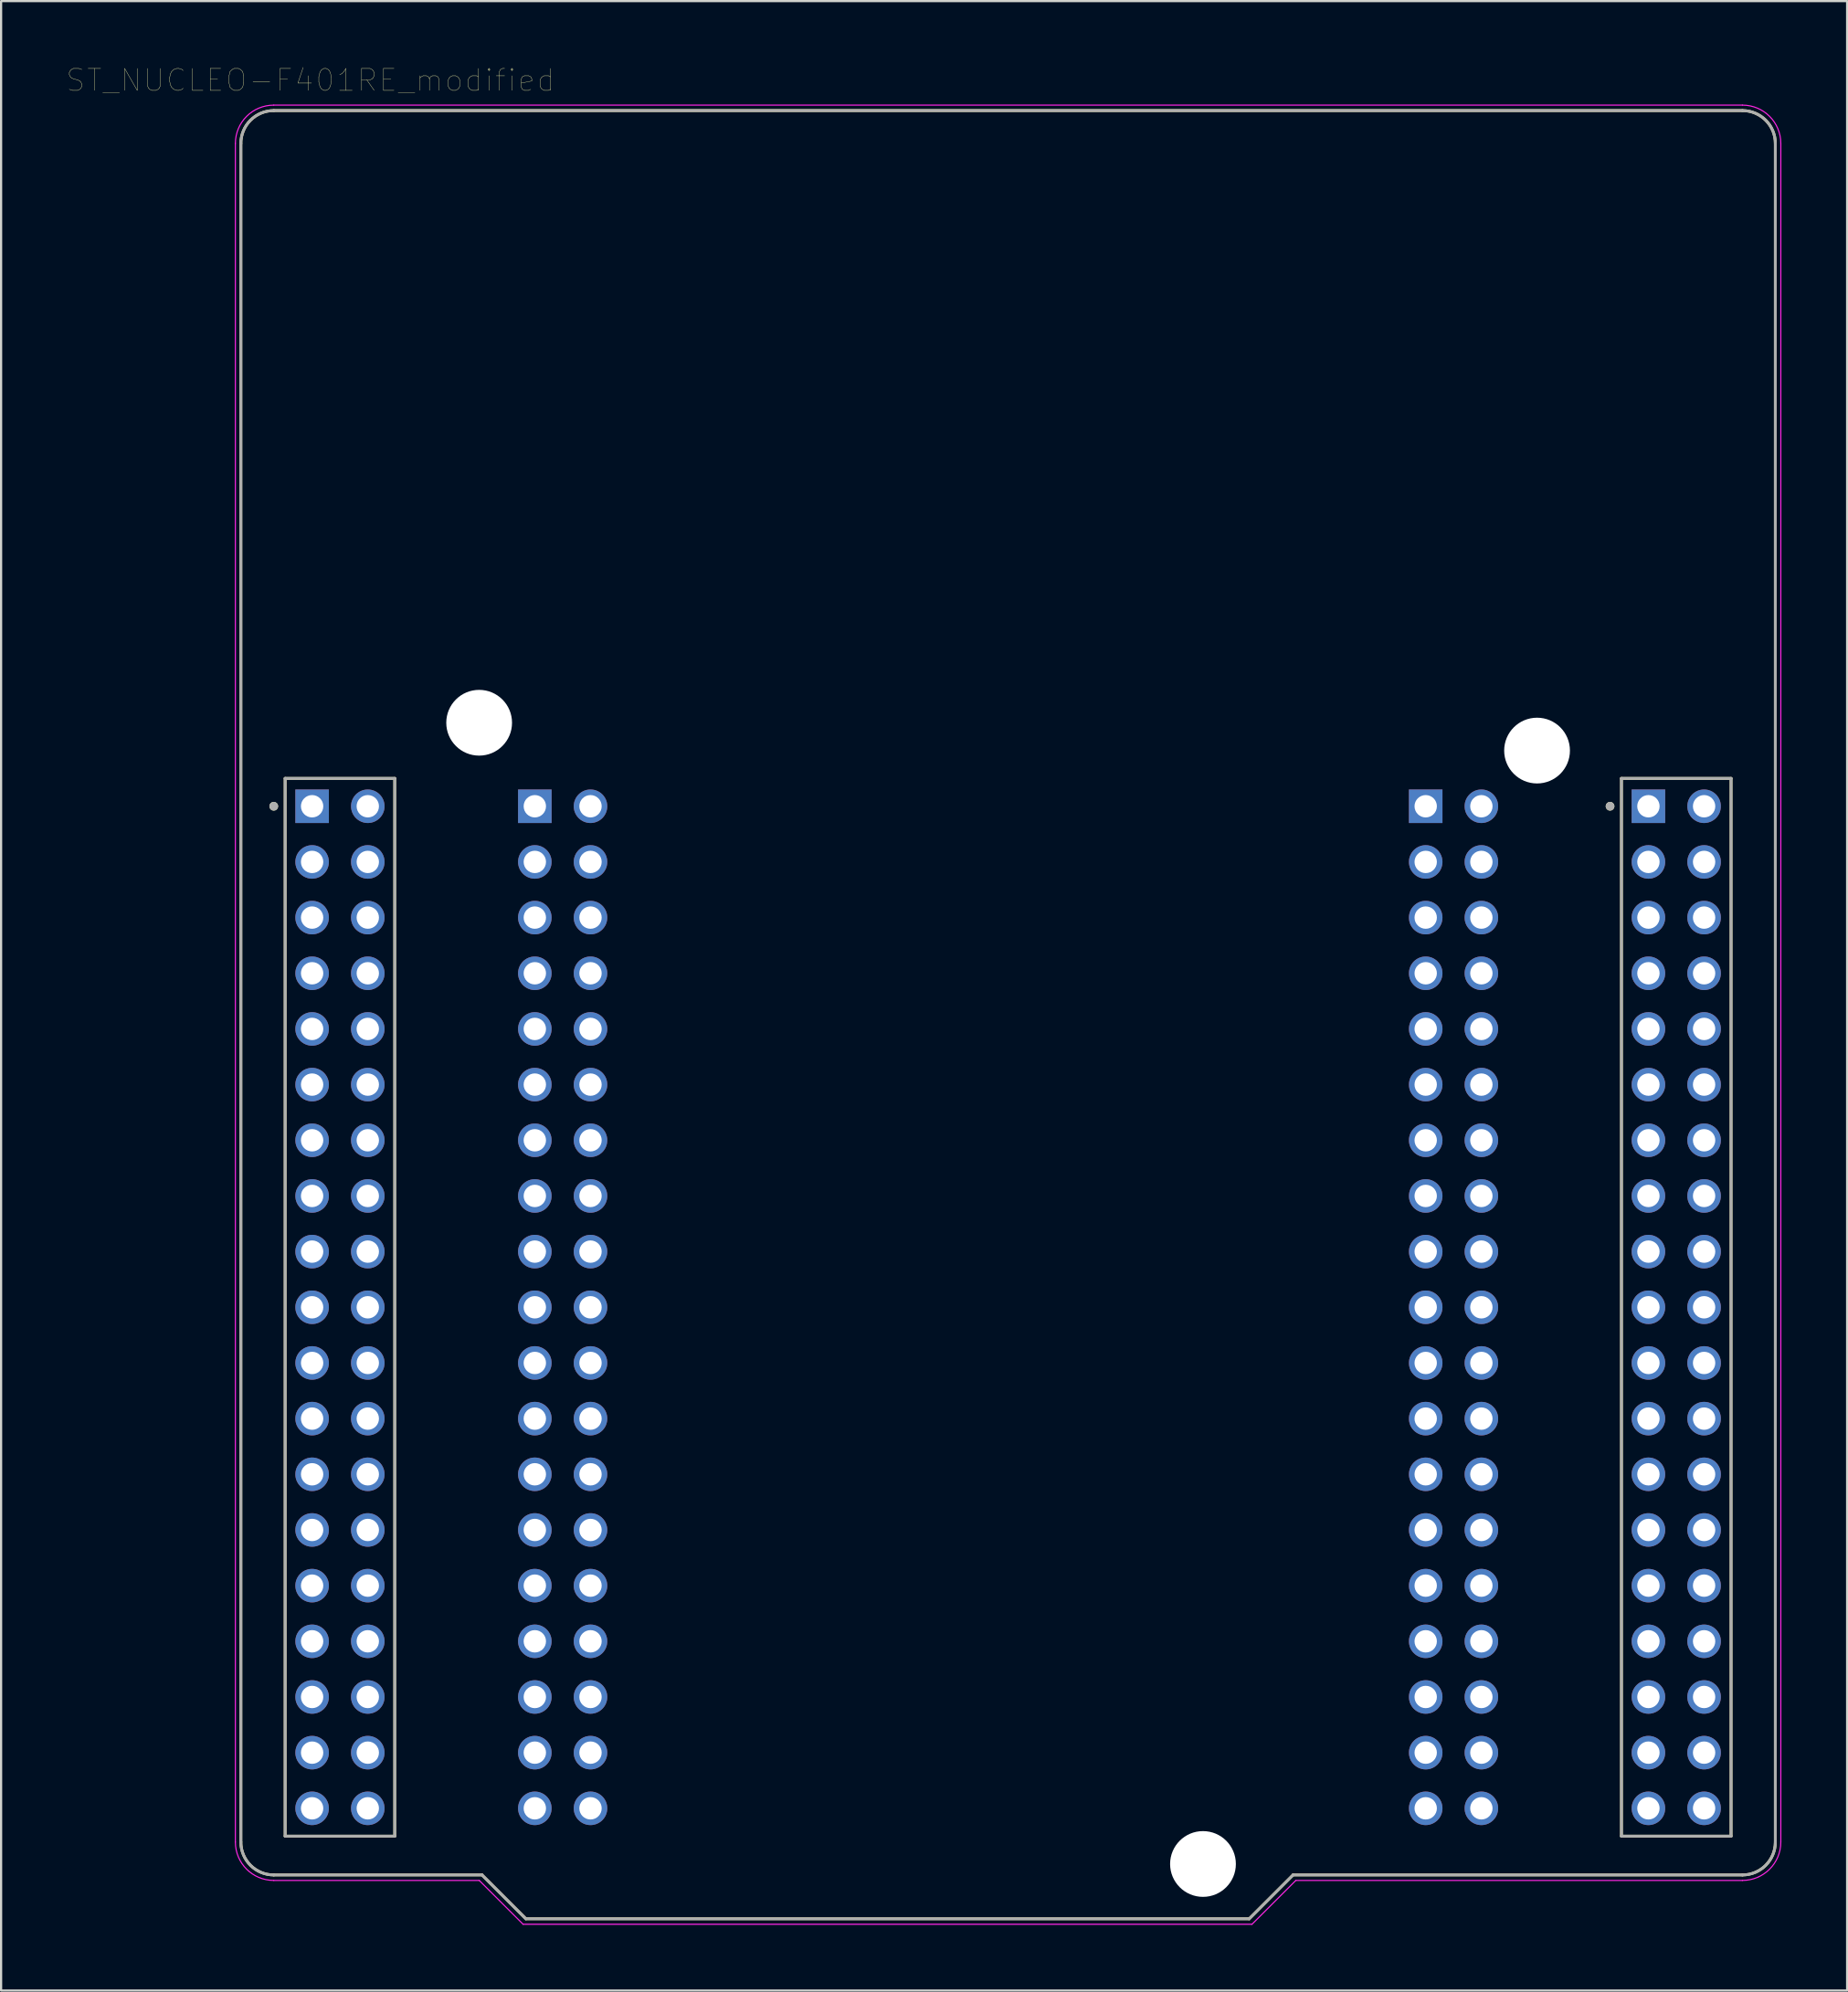
<source format=kicad_pcb>
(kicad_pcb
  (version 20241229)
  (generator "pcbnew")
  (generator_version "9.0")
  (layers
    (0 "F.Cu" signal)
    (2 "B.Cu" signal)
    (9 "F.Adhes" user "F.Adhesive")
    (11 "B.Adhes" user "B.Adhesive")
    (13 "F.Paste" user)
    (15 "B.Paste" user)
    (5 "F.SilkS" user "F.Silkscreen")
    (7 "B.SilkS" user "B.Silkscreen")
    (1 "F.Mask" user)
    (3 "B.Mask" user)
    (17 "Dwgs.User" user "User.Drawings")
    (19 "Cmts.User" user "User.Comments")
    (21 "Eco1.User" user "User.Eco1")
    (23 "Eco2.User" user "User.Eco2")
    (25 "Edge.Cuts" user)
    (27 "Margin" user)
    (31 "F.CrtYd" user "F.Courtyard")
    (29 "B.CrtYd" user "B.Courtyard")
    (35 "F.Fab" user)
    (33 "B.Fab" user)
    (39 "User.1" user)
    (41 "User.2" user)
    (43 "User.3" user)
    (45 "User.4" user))
  (footprint "ST_NUCLEO-F401RE_modified"
    (layer "F.Cu")
    (at 42.938 43.246)
    (property "Reference" "ST_NUCLEO-F401RE_modified" (at -31.825 -42.635 0) (layer "F.SilkS") (effects (font (size 1 1) (thickness 0.015))))
    (attr through_hole)
    (fp_line (start -35 37.75) (end -35 -39.75) (stroke (width 0.127) (type solid)) (layer "F.SilkS"))
    (fp_line (start -33.5 -41.25) (end 33.5 -41.25) (stroke (width 0.127) (type solid)) (layer "F.SilkS"))
    (fp_line (start -32.98 -10.78) (end -32.98 37.48) (stroke (width 0.127) (type solid)) (layer "F.SilkS"))
    (fp_line (start -32.98 37.48) (end -27.98 37.48) (stroke (width 0.127) (type solid)) (layer "F.SilkS"))
    (fp_line (start -27.98 -10.78) (end -32.98 -10.78) (stroke (width 0.127) (type solid)) (layer "F.SilkS"))
    (fp_line (start -27.98 37.48) (end -27.98 -10.78) (stroke (width 0.127) (type solid)) (layer "F.SilkS"))
    (fp_line (start -24 39.25) (end -33.5 39.25) (stroke (width 0.127) (type solid)) (layer "F.SilkS"))
    (fp_line (start -22 41.25) (end -24 39.25) (stroke (width 0.127) (type solid)) (layer "F.SilkS"))
    (fp_line (start 11 41.25) (end -22 41.25) (stroke (width 0.127) (type solid)) (layer "F.SilkS"))
    (fp_line (start 13 39.25) (end 11 41.25) (stroke (width 0.127) (type solid)) (layer "F.SilkS"))
    (fp_line (start 27.98 -10.78) (end 27.98 37.48) (stroke (width 0.127) (type solid)) (layer "F.SilkS"))
    (fp_line (start 27.98 37.48) (end 32.98 37.48) (stroke (width 0.127) (type solid)) (layer "F.SilkS"))
    (fp_line (start 32.98 -10.78) (end 27.98 -10.78) (stroke (width 0.127) (type solid)) (layer "F.SilkS"))
    (fp_line (start 32.98 37.48) (end 32.98 -10.78) (stroke (width 0.127) (type solid)) (layer "F.SilkS"))
    (fp_line (start 33.5 39.25) (end 13 39.25) (stroke (width 0.127) (type solid)) (layer "F.SilkS"))
    (fp_line (start 35 -39.75) (end 35 37.75) (stroke (width 0.127) (type solid)) (layer "F.SilkS"))
    (fp_arc (start -35 -39.75) (mid -34.56066 -40.81066) (end -33.5 -41.25) (stroke (width 0.127) (type solid)) (layer "F.SilkS"))
    (fp_arc (start -33.5 39.25) (mid -34.56066 38.81066) (end -35 37.75) (stroke (width 0.127) (type solid)) (layer "F.SilkS"))
    (fp_arc (start 33.5 -41.25) (mid 34.56066 -40.81066) (end 35 -39.75) (stroke (width 0.127) (type solid)) (layer "F.SilkS"))
    (fp_arc (start 35 37.75) (mid 34.56066 38.81066) (end 33.5 39.25) (stroke (width 0.127) (type solid)) (layer "F.SilkS"))
    (fp_circle (center -33.5 -9.51) (end -33.4 -9.51) (stroke (width 0.2) (type solid)) (fill no) (layer "F.SilkS"))
    (fp_circle (center 27.46 -9.51) (end 27.56 -9.51) (stroke (width 0.2) (type solid)) (fill no) (layer "F.SilkS"))
    (fp_line (start -35.25 37.75) (end -35.25 -39.75) (stroke (width 0.05) (type solid)) (layer "F.CrtYd"))
    (fp_line (start -33.5 -41.5) (end 33.5 -41.5) (stroke (width 0.05) (type solid)) (layer "F.CrtYd"))
    (fp_line (start -24.125 39.5) (end -33.5 39.5) (stroke (width 0.05) (type solid)) (layer "F.CrtYd"))
    (fp_line (start -22.125 41.5) (end -24.125 39.5) (stroke (width 0.05) (type solid)) (layer "F.CrtYd"))
    (fp_line (start 11.125 41.5) (end -22.125 41.5) (stroke (width 0.05) (type solid)) (layer "F.CrtYd"))
    (fp_line (start 13.125 39.5) (end 11.125 41.5) (stroke (width 0.05) (type solid)) (layer "F.CrtYd"))
    (fp_line (start 33.5 39.5) (end 13.125 39.5) (stroke (width 0.05) (type solid)) (layer "F.CrtYd"))
    (fp_line (start 35.25 -39.75) (end 35.25 37.75) (stroke (width 0.05) (type solid)) (layer "F.CrtYd"))
    (fp_arc (start -35.25 -39.75) (mid -34.737437 -40.987437) (end -33.5 -41.5) (stroke (width 0.05) (type solid)) (layer "F.CrtYd"))
    (fp_arc (start -33.5 39.5) (mid -34.737437 38.987437) (end -35.25 37.75) (stroke (width 0.05) (type solid)) (layer "F.CrtYd"))
    (fp_arc (start 33.5 -41.5) (mid 34.737437 -40.987437) (end 35.25 -39.75) (stroke (width 0.05) (type solid)) (layer "F.CrtYd"))
    (fp_arc (start 35.25 37.75) (mid 34.737437 38.987437) (end 33.5 39.5) (stroke (width 0.05) (type solid)) (layer "F.CrtYd"))
    (fp_line (start -35 37.75) (end -35 -39.75) (stroke (width 0.127) (type solid)) (layer "F.Fab"))
    (fp_line (start -33.5 -41.25) (end 33.5 -41.25) (stroke (width 0.127) (type solid)) (layer "F.Fab"))
    (fp_line (start -32.98 -10.78) (end -32.98 37.48) (stroke (width 0.127) (type solid)) (layer "F.Fab"))
    (fp_line (start -32.98 37.48) (end -27.98 37.48) (stroke (width 0.127) (type solid)) (layer "F.Fab"))
    (fp_line (start -27.98 -10.78) (end -32.98 -10.78) (stroke (width 0.127) (type solid)) (layer "F.Fab"))
    (fp_line (start -27.98 37.48) (end -27.98 -10.78) (stroke (width 0.127) (type solid)) (layer "F.Fab"))
    (fp_line (start -24 39.25) (end -33.5 39.25) (stroke (width 0.127) (type solid)) (layer "F.Fab"))
    (fp_line (start -22 41.25) (end -24 39.25) (stroke (width 0.127) (type solid)) (layer "F.Fab"))
    (fp_line (start 11 41.25) (end -22 41.25) (stroke (width 0.127) (type solid)) (layer "F.Fab"))
    (fp_line (start 13 39.25) (end 11 41.25) (stroke (width 0.127) (type solid)) (layer "F.Fab"))
    (fp_line (start 27.98 -10.78) (end 27.98 37.48) (stroke (width 0.127) (type solid)) (layer "F.Fab"))
    (fp_line (start 27.98 37.48) (end 32.98 37.48) (stroke (width 0.127) (type solid)) (layer "F.Fab"))
    (fp_line (start 32.98 -10.78) (end 27.98 -10.78) (stroke (width 0.127) (type solid)) (layer "F.Fab"))
    (fp_line (start 32.98 37.48) (end 32.98 -10.78) (stroke (width 0.127) (type solid)) (layer "F.Fab"))
    (fp_line (start 33.5 39.25) (end 13 39.25) (stroke (width 0.127) (type solid)) (layer "F.Fab"))
    (fp_line (start 35 -39.75) (end 35 37.75) (stroke (width 0.127) (type solid)) (layer "F.Fab"))
    (fp_arc (start -35 -39.75) (mid -34.56066 -40.81066) (end -33.5 -41.25) (stroke (width 0.127) (type solid)) (layer "F.Fab"))
    (fp_arc (start -33.5 39.25) (mid -34.56066 38.81066) (end -35 37.75) (stroke (width 0.127) (type solid)) (layer "F.Fab"))
    (fp_arc (start 33.5 -41.25) (mid 34.56066 -40.81066) (end 35 -39.75) (stroke (width 0.127) (type solid)) (layer "F.Fab"))
    (fp_arc (start 35 37.75) (mid 34.56066 38.81066) (end 33.5 39.25) (stroke (width 0.127) (type solid)) (layer "F.Fab"))
    (fp_circle (center -33.5 -9.51) (end -33.4 -9.51) (stroke (width 0.2) (type solid)) (fill no) (layer "F.Fab"))
    (fp_circle (center 27.46 -9.51) (end 27.56 -9.51) (stroke (width 0.2) (type solid)) (fill no) (layer "F.Fab"))
    (pad "" np_thru_hole circle (at -24.13 -13.32) (size 3 3) (drill 3) (layers "*.Cu" "*.Mask"))
    (pad "" np_thru_hole circle (at 8.89 38.75) (size 3 3) (drill 3) (layers "*.Cu" "*.Mask"))
    (pad "" np_thru_hole circle (at 24.13 -12.05) (size 3 3) (drill 3) (layers "*.Cu" "*.Mask"))
    (pad "CN7_1" thru_hole rect (at -31.75 -9.51) (size 1.53 1.53) (drill 1.02) (layers "*.Cu" "*.Mask"))
    (pad "CN7_1" thru_hole rect (at -21.59 -9.51) (size 1.53 1.53) (drill 1.02) (layers "*.Cu" "*.Mask"))
    (pad "CN7_2" thru_hole circle (at -29.21 -9.51) (size 1.53 1.53) (drill 1.02) (layers "*.Cu" "*.Mask"))
    (pad "CN7_2" thru_hole circle (at -19.05 -9.51) (size 1.53 1.53) (drill 1.02) (layers "*.Cu" "*.Mask"))
    (pad "CN7_3" thru_hole circle (at -31.75 -6.97) (size 1.53 1.53) (drill 1.02) (layers "*.Cu" "*.Mask"))
    (pad "CN7_3" thru_hole circle (at -21.59 -6.97) (size 1.53 1.53) (drill 1.02) (layers "*.Cu" "*.Mask"))
    (pad "CN7_4" thru_hole circle (at -29.21 -6.97) (size 1.53 1.53) (drill 1.02) (layers "*.Cu" "*.Mask"))
    (pad "CN7_4" thru_hole circle (at -19.05 -6.97) (size 1.53 1.53) (drill 1.02) (layers "*.Cu" "*.Mask"))
    (pad "CN7_5" thru_hole circle (at -31.75 -4.43) (size 1.53 1.53) (drill 1.02) (layers "*.Cu" "*.Mask"))
    (pad "CN7_5" thru_hole circle (at -21.59 -4.43) (size 1.53 1.53) (drill 1.02) (layers "*.Cu" "*.Mask"))
    (pad "CN7_6" thru_hole circle (at -29.21 -4.43) (size 1.53 1.53) (drill 1.02) (layers "*.Cu" "*.Mask"))
    (pad "CN7_6" thru_hole circle (at -19.05 -4.43) (size 1.53 1.53) (drill 1.02) (layers "*.Cu" "*.Mask"))
    (pad "CN7_7" thru_hole circle (at -31.75 -1.89) (size 1.53 1.53) (drill 1.02) (layers "*.Cu" "*.Mask"))
    (pad "CN7_7" thru_hole circle (at -21.59 -1.89) (size 1.53 1.53) (drill 1.02) (layers "*.Cu" "*.Mask"))
    (pad "CN7_8" thru_hole circle (at -29.21 -1.89) (size 1.53 1.53) (drill 1.02) (layers "*.Cu" "*.Mask"))
    (pad "CN7_8" thru_hole circle (at -19.05 -1.89) (size 1.53 1.53) (drill 1.02) (layers "*.Cu" "*.Mask"))
    (pad "CN7_9" thru_hole circle (at -31.75 0.65) (size 1.53 1.53) (drill 1.02) (layers "*.Cu" "*.Mask"))
    (pad "CN7_9" thru_hole circle (at -21.59 0.65) (size 1.53 1.53) (drill 1.02) (layers "*.Cu" "*.Mask"))
    (pad "CN7_10" thru_hole circle (at -29.21 0.65) (size 1.53 1.53) (drill 1.02) (layers "*.Cu" "*.Mask"))
    (pad "CN7_10" thru_hole circle (at -19.05 0.65) (size 1.53 1.53) (drill 1.02) (layers "*.Cu" "*.Mask"))
    (pad "CN7_11" thru_hole circle (at -31.75 3.19) (size 1.53 1.53) (drill 1.02) (layers "*.Cu" "*.Mask"))
    (pad "CN7_11" thru_hole circle (at -21.59 3.19) (size 1.53 1.53) (drill 1.02) (layers "*.Cu" "*.Mask"))
    (pad "CN7_12" thru_hole circle (at -29.21 3.19) (size 1.53 1.53) (drill 1.02) (layers "*.Cu" "*.Mask"))
    (pad "CN7_12" thru_hole circle (at -19.05 3.19) (size 1.53 1.53) (drill 1.02) (layers "*.Cu" "*.Mask"))
    (pad "CN7_13" thru_hole circle (at -31.75 5.73) (size 1.53 1.53) (drill 1.02) (layers "*.Cu" "*.Mask"))
    (pad "CN7_13" thru_hole circle (at -21.59 5.73) (size 1.53 1.53) (drill 1.02) (layers "*.Cu" "*.Mask"))
    (pad "CN7_14" thru_hole circle (at -29.21 5.73) (size 1.53 1.53) (drill 1.02) (layers "*.Cu" "*.Mask"))
    (pad "CN7_14" thru_hole circle (at -19.05 5.73) (size 1.53 1.53) (drill 1.02) (layers "*.Cu" "*.Mask"))
    (pad "CN7_15" thru_hole circle (at -31.75 8.27) (size 1.53 1.53) (drill 1.02) (layers "*.Cu" "*.Mask"))
    (pad "CN7_15" thru_hole circle (at -21.59 8.27) (size 1.53 1.53) (drill 1.02) (layers "*.Cu" "*.Mask"))
    (pad "CN7_16" thru_hole circle (at -29.21 8.27) (size 1.53 1.53) (drill 1.02) (layers "*.Cu" "*.Mask"))
    (pad "CN7_16" thru_hole circle (at -19.05 8.27) (size 1.53 1.53) (drill 1.02) (layers "*.Cu" "*.Mask"))
    (pad "CN7_17" thru_hole circle (at -31.75 10.81) (size 1.53 1.53) (drill 1.02) (layers "*.Cu" "*.Mask"))
    (pad "CN7_17" thru_hole circle (at -21.59 10.81) (size 1.53 1.53) (drill 1.02) (layers "*.Cu" "*.Mask"))
    (pad "CN7_18" thru_hole circle (at -29.21 10.81) (size 1.53 1.53) (drill 1.02) (layers "*.Cu" "*.Mask"))
    (pad "CN7_18" thru_hole circle (at -19.05 10.81) (size 1.53 1.53) (drill 1.02) (layers "*.Cu" "*.Mask"))
    (pad "CN7_19" thru_hole circle (at -31.75 13.35) (size 1.53 1.53) (drill 1.02) (layers "*.Cu" "*.Mask"))
    (pad "CN7_19" thru_hole circle (at -21.59 13.35) (size 1.53 1.53) (drill 1.02) (layers "*.Cu" "*.Mask"))
    (pad "CN7_20" thru_hole circle (at -29.21 13.35) (size 1.53 1.53) (drill 1.02) (layers "*.Cu" "*.Mask"))
    (pad "CN7_20" thru_hole circle (at -19.05 13.35) (size 1.53 1.53) (drill 1.02) (layers "*.Cu" "*.Mask"))
    (pad "CN7_21" thru_hole circle (at -31.75 15.89) (size 1.53 1.53) (drill 1.02) (layers "*.Cu" "*.Mask"))
    (pad "CN7_21" thru_hole circle (at -21.59 15.89) (size 1.53 1.53) (drill 1.02) (layers "*.Cu" "*.Mask"))
    (pad "CN7_22" thru_hole circle (at -29.21 15.89) (size 1.53 1.53) (drill 1.02) (layers "*.Cu" "*.Mask"))
    (pad "CN7_22" thru_hole circle (at -19.05 15.89) (size 1.53 1.53) (drill 1.02) (layers "*.Cu" "*.Mask"))
    (pad "CN7_23" thru_hole circle (at -31.75 18.43) (size 1.53 1.53) (drill 1.02) (layers "*.Cu" "*.Mask"))
    (pad "CN7_23" thru_hole circle (at -21.59 18.43) (size 1.53 1.53) (drill 1.02) (layers "*.Cu" "*.Mask"))
    (pad "CN7_24" thru_hole circle (at -29.21 18.43) (size 1.53 1.53) (drill 1.02) (layers "*.Cu" "*.Mask"))
    (pad "CN7_24" thru_hole circle (at -19.05 18.43) (size 1.53 1.53) (drill 1.02) (layers "*.Cu" "*.Mask"))
    (pad "CN7_25" thru_hole circle (at -31.75 20.97) (size 1.53 1.53) (drill 1.02) (layers "*.Cu" "*.Mask"))
    (pad "CN7_25" thru_hole circle (at -21.59 20.97) (size 1.53 1.53) (drill 1.02) (layers "*.Cu" "*.Mask"))
    (pad "CN7_26" thru_hole circle (at -29.21 20.97) (size 1.53 1.53) (drill 1.02) (layers "*.Cu" "*.Mask"))
    (pad "CN7_26" thru_hole circle (at -19.05 20.97) (size 1.53 1.53) (drill 1.02) (layers "*.Cu" "*.Mask"))
    (pad "CN7_27" thru_hole circle (at -31.75 23.51) (size 1.53 1.53) (drill 1.02) (layers "*.Cu" "*.Mask"))
    (pad "CN7_27" thru_hole circle (at -21.59 23.51) (size 1.53 1.53) (drill 1.02) (layers "*.Cu" "*.Mask"))
    (pad "CN7_28" thru_hole circle (at -29.21 23.51) (size 1.53 1.53) (drill 1.02) (layers "*.Cu" "*.Mask"))
    (pad "CN7_28" thru_hole circle (at -19.05 23.51) (size 1.53 1.53) (drill 1.02) (layers "*.Cu" "*.Mask"))
    (pad "CN7_29" thru_hole circle (at -31.75 26.05) (size 1.53 1.53) (drill 1.02) (layers "*.Cu" "*.Mask"))
    (pad "CN7_29" thru_hole circle (at -21.59 26.05) (size 1.53 1.53) (drill 1.02) (layers "*.Cu" "*.Mask"))
    (pad "CN7_30" thru_hole circle (at -29.21 26.05) (size 1.53 1.53) (drill 1.02) (layers "*.Cu" "*.Mask"))
    (pad "CN7_30" thru_hole circle (at -19.05 26.05) (size 1.53 1.53) (drill 1.02) (layers "*.Cu" "*.Mask"))
    (pad "CN7_31" thru_hole circle (at -31.75 28.59) (size 1.53 1.53) (drill 1.02) (layers "*.Cu" "*.Mask"))
    (pad "CN7_31" thru_hole circle (at -21.59 28.59) (size 1.53 1.53) (drill 1.02) (layers "*.Cu" "*.Mask"))
    (pad "CN7_32" thru_hole circle (at -29.21 28.59) (size 1.53 1.53) (drill 1.02) (layers "*.Cu" "*.Mask"))
    (pad "CN7_32" thru_hole circle (at -19.05 28.59) (size 1.53 1.53) (drill 1.02) (layers "*.Cu" "*.Mask"))
    (pad "CN7_33" thru_hole circle (at -31.75 31.13) (size 1.53 1.53) (drill 1.02) (layers "*.Cu" "*.Mask"))
    (pad "CN7_33" thru_hole circle (at -21.59 31.13) (size 1.53 1.53) (drill 1.02) (layers "*.Cu" "*.Mask"))
    (pad "CN7_34" thru_hole circle (at -29.21 31.13) (size 1.53 1.53) (drill 1.02) (layers "*.Cu" "*.Mask"))
    (pad "CN7_34" thru_hole circle (at -19.05 31.13) (size 1.53 1.53) (drill 1.02) (layers "*.Cu" "*.Mask"))
    (pad "CN7_35" thru_hole circle (at -31.75 33.67) (size 1.53 1.53) (drill 1.02) (layers "*.Cu" "*.Mask"))
    (pad "CN7_35" thru_hole circle (at -21.59 33.67) (size 1.53 1.53) (drill 1.02) (layers "*.Cu" "*.Mask"))
    (pad "CN7_36" thru_hole circle (at -29.21 33.67) (size 1.53 1.53) (drill 1.02) (layers "*.Cu" "*.Mask"))
    (pad "CN7_36" thru_hole circle (at -19.05 33.67) (size 1.53 1.53) (drill 1.02) (layers "*.Cu" "*.Mask"))
    (pad "CN7_37" thru_hole circle (at -31.75 36.21) (size 1.53 1.53) (drill 1.02) (layers "*.Cu" "*.Mask"))
    (pad "CN7_37" thru_hole circle (at -21.59 36.21) (size 1.53 1.53) (drill 1.02) (layers "*.Cu" "*.Mask"))
    (pad "CN7_38" thru_hole circle (at -29.21 36.21) (size 1.53 1.53) (drill 1.02) (layers "*.Cu" "*.Mask"))
    (pad "CN7_38" thru_hole circle (at -19.05 36.21) (size 1.53 1.53) (drill 1.02) (layers "*.Cu" "*.Mask"))
    (pad "CN10_1" thru_hole rect (at 19.05 -9.51) (size 1.53 1.53) (drill 1.02) (layers "*.Cu" "*.Mask"))
    (pad "CN10_1" thru_hole rect (at 29.21 -9.51) (size 1.53 1.53) (drill 1.02) (layers "*.Cu" "*.Mask"))
    (pad "CN10_2" thru_hole circle (at 21.59 -9.51) (size 1.53 1.53) (drill 1.02) (layers "*.Cu" "*.Mask"))
    (pad "CN10_2" thru_hole circle (at 31.75 -9.51) (size 1.53 1.53) (drill 1.02) (layers "*.Cu" "*.Mask"))
    (pad "CN10_3" thru_hole circle (at 19.05 -6.97) (size 1.53 1.53) (drill 1.02) (layers "*.Cu" "*.Mask"))
    (pad "CN10_3" thru_hole circle (at 29.21 -6.97) (size 1.53 1.53) (drill 1.02) (layers "*.Cu" "*.Mask"))
    (pad "CN10_4" thru_hole circle (at 21.59 -6.97) (size 1.53 1.53) (drill 1.02) (layers "*.Cu" "*.Mask"))
    (pad "CN10_4" thru_hole circle (at 31.75 -6.97) (size 1.53 1.53) (drill 1.02) (layers "*.Cu" "*.Mask"))
    (pad "CN10_5" thru_hole circle (at 19.05 -4.43) (size 1.53 1.53) (drill 1.02) (layers "*.Cu" "*.Mask"))
    (pad "CN10_5" thru_hole circle (at 29.21 -4.43) (size 1.53 1.53) (drill 1.02) (layers "*.Cu" "*.Mask"))
    (pad "CN10_6" thru_hole circle (at 21.59 -4.43) (size 1.53 1.53) (drill 1.02) (layers "*.Cu" "*.Mask"))
    (pad "CN10_6" thru_hole circle (at 31.75 -4.43) (size 1.53 1.53) (drill 1.02) (layers "*.Cu" "*.Mask"))
    (pad "CN10_7" thru_hole circle (at 19.05 -1.89) (size 1.53 1.53) (drill 1.02) (layers "*.Cu" "*.Mask"))
    (pad "CN10_7" thru_hole circle (at 29.21 -1.89) (size 1.53 1.53) (drill 1.02) (layers "*.Cu" "*.Mask"))
    (pad "CN10_8" thru_hole circle (at 21.59 -1.89) (size 1.53 1.53) (drill 1.02) (layers "*.Cu" "*.Mask"))
    (pad "CN10_8" thru_hole circle (at 31.75 -1.89) (size 1.53 1.53) (drill 1.02) (layers "*.Cu" "*.Mask"))
    (pad "CN10_9" thru_hole circle (at 19.05 0.65) (size 1.53 1.53) (drill 1.02) (layers "*.Cu" "*.Mask"))
    (pad "CN10_9" thru_hole circle (at 29.21 0.65) (size 1.53 1.53) (drill 1.02) (layers "*.Cu" "*.Mask"))
    (pad "CN10_10" thru_hole circle (at 21.59 0.65) (size 1.53 1.53) (drill 1.02) (layers "*.Cu" "*.Mask"))
    (pad "CN10_10" thru_hole circle (at 31.75 0.65) (size 1.53 1.53) (drill 1.02) (layers "*.Cu" "*.Mask"))
    (pad "CN10_11" thru_hole circle (at 19.05 3.19) (size 1.53 1.53) (drill 1.02) (layers "*.Cu" "*.Mask"))
    (pad "CN10_11" thru_hole circle (at 29.21 3.19) (size 1.53 1.53) (drill 1.02) (layers "*.Cu" "*.Mask"))
    (pad "CN10_12" thru_hole circle (at 21.59 3.19) (size 1.53 1.53) (drill 1.02) (layers "*.Cu" "*.Mask"))
    (pad "CN10_12" thru_hole circle (at 31.75 3.19) (size 1.53 1.53) (drill 1.02) (layers "*.Cu" "*.Mask"))
    (pad "CN10_13" thru_hole circle (at 19.05 5.73) (size 1.53 1.53) (drill 1.02) (layers "*.Cu" "*.Mask"))
    (pad "CN10_13" thru_hole circle (at 29.21 5.73) (size 1.53 1.53) (drill 1.02) (layers "*.Cu" "*.Mask"))
    (pad "CN10_14" thru_hole circle (at 21.59 5.73) (size 1.53 1.53) (drill 1.02) (layers "*.Cu" "*.Mask"))
    (pad "CN10_14" thru_hole circle (at 31.75 5.73) (size 1.53 1.53) (drill 1.02) (layers "*.Cu" "*.Mask"))
    (pad "CN10_15" thru_hole circle (at 19.05 8.27) (size 1.53 1.53) (drill 1.02) (layers "*.Cu" "*.Mask"))
    (pad "CN10_15" thru_hole circle (at 29.21 8.27) (size 1.53 1.53) (drill 1.02) (layers "*.Cu" "*.Mask"))
    (pad "CN10_16" thru_hole circle (at 21.59 8.27) (size 1.53 1.53) (drill 1.02) (layers "*.Cu" "*.Mask"))
    (pad "CN10_16" thru_hole circle (at 31.75 8.27) (size 1.53 1.53) (drill 1.02) (layers "*.Cu" "*.Mask"))
    (pad "CN10_17" thru_hole circle (at 19.05 10.81) (size 1.53 1.53) (drill 1.02) (layers "*.Cu" "*.Mask"))
    (pad "CN10_17" thru_hole circle (at 29.21 10.81) (size 1.53 1.53) (drill 1.02) (layers "*.Cu" "*.Mask"))
    (pad "CN10_18" thru_hole circle (at 21.59 10.81) (size 1.53 1.53) (drill 1.02) (layers "*.Cu" "*.Mask"))
    (pad "CN10_18" thru_hole circle (at 31.75 10.81) (size 1.53 1.53) (drill 1.02) (layers "*.Cu" "*.Mask"))
    (pad "CN10_19" thru_hole circle (at 19.05 13.35) (size 1.53 1.53) (drill 1.02) (layers "*.Cu" "*.Mask"))
    (pad "CN10_19" thru_hole circle (at 29.21 13.35) (size 1.53 1.53) (drill 1.02) (layers "*.Cu" "*.Mask"))
    (pad "CN10_20" thru_hole circle (at 21.59 13.35) (size 1.53 1.53) (drill 1.02) (layers "*.Cu" "*.Mask"))
    (pad "CN10_20" thru_hole circle (at 31.75 13.35) (size 1.53 1.53) (drill 1.02) (layers "*.Cu" "*.Mask"))
    (pad "CN10_21" thru_hole circle (at 19.05 15.89) (size 1.53 1.53) (drill 1.02) (layers "*.Cu" "*.Mask"))
    (pad "CN10_21" thru_hole circle (at 29.21 15.89) (size 1.53 1.53) (drill 1.02) (layers "*.Cu" "*.Mask"))
    (pad "CN10_22" thru_hole circle (at 21.59 15.89) (size 1.53 1.53) (drill 1.02) (layers "*.Cu" "*.Mask"))
    (pad "CN10_22" thru_hole circle (at 31.75 15.89) (size 1.53 1.53) (drill 1.02) (layers "*.Cu" "*.Mask"))
    (pad "CN10_23" thru_hole circle (at 19.05 18.43) (size 1.53 1.53) (drill 1.02) (layers "*.Cu" "*.Mask"))
    (pad "CN10_23" thru_hole circle (at 29.21 18.43) (size 1.53 1.53) (drill 1.02) (layers "*.Cu" "*.Mask"))
    (pad "CN10_24" thru_hole circle (at 21.59 18.43) (size 1.53 1.53) (drill 1.02) (layers "*.Cu" "*.Mask"))
    (pad "CN10_24" thru_hole circle (at 31.75 18.43) (size 1.53 1.53) (drill 1.02) (layers "*.Cu" "*.Mask"))
    (pad "CN10_25" thru_hole circle (at 19.05 20.97) (size 1.53 1.53) (drill 1.02) (layers "*.Cu" "*.Mask"))
    (pad "CN10_25" thru_hole circle (at 29.21 20.97) (size 1.53 1.53) (drill 1.02) (layers "*.Cu" "*.Mask"))
    (pad "CN10_26" thru_hole circle (at 21.59 20.97) (size 1.53 1.53) (drill 1.02) (layers "*.Cu" "*.Mask"))
    (pad "CN10_26" thru_hole circle (at 31.75 20.97) (size 1.53 1.53) (drill 1.02) (layers "*.Cu" "*.Mask"))
    (pad "CN10_27" thru_hole circle (at 19.05 23.51) (size 1.53 1.53) (drill 1.02) (layers "*.Cu" "*.Mask"))
    (pad "CN10_27" thru_hole circle (at 29.21 23.51) (size 1.53 1.53) (drill 1.02) (layers "*.Cu" "*.Mask"))
    (pad "CN10_28" thru_hole circle (at 21.59 23.51) (size 1.53 1.53) (drill 1.02) (layers "*.Cu" "*.Mask"))
    (pad "CN10_28" thru_hole circle (at 31.75 23.51) (size 1.53 1.53) (drill 1.02) (layers "*.Cu" "*.Mask"))
    (pad "CN10_29" thru_hole circle (at 19.05 26.05) (size 1.53 1.53) (drill 1.02) (layers "*.Cu" "*.Mask"))
    (pad "CN10_29" thru_hole circle (at 29.21 26.05) (size 1.53 1.53) (drill 1.02) (layers "*.Cu" "*.Mask"))
    (pad "CN10_30" thru_hole circle (at 21.59 26.05) (size 1.53 1.53) (drill 1.02) (layers "*.Cu" "*.Mask"))
    (pad "CN10_30" thru_hole circle (at 31.75 26.05) (size 1.53 1.53) (drill 1.02) (layers "*.Cu" "*.Mask"))
    (pad "CN10_31" thru_hole circle (at 19.05 28.59) (size 1.53 1.53) (drill 1.02) (layers "*.Cu" "*.Mask"))
    (pad "CN10_31" thru_hole circle (at 29.21 28.59) (size 1.53 1.53) (drill 1.02) (layers "*.Cu" "*.Mask"))
    (pad "CN10_32" thru_hole circle (at 21.59 28.59) (size 1.53 1.53) (drill 1.02) (layers "*.Cu" "*.Mask"))
    (pad "CN10_32" thru_hole circle (at 31.75 28.59) (size 1.53 1.53) (drill 1.02) (layers "*.Cu" "*.Mask"))
    (pad "CN10_33" thru_hole circle (at 19.05 31.13) (size 1.53 1.53) (drill 1.02) (layers "*.Cu" "*.Mask"))
    (pad "CN10_33" thru_hole circle (at 29.21 31.13) (size 1.53 1.53) (drill 1.02) (layers "*.Cu" "*.Mask"))
    (pad "CN10_34" thru_hole circle (at 21.59 31.13) (size 1.53 1.53) (drill 1.02) (layers "*.Cu" "*.Mask"))
    (pad "CN10_34" thru_hole circle (at 31.75 31.13) (size 1.53 1.53) (drill 1.02) (layers "*.Cu" "*.Mask"))
    (pad "CN10_35" thru_hole circle (at 19.05 33.67) (size 1.53 1.53) (drill 1.02) (layers "*.Cu" "*.Mask"))
    (pad "CN10_35" thru_hole circle (at 29.21 33.67) (size 1.53 1.53) (drill 1.02) (layers "*.Cu" "*.Mask"))
    (pad "CN10_36" thru_hole circle (at 21.59 33.67) (size 1.53 1.53) (drill 1.02) (layers "*.Cu" "*.Mask"))
    (pad "CN10_36" thru_hole circle (at 31.75 33.67) (size 1.53 1.53) (drill 1.02) (layers "*.Cu" "*.Mask"))
    (pad "CN10_37" thru_hole circle (at 19.05 36.21) (size 1.53 1.53) (drill 1.02) (layers "*.Cu" "*.Mask"))
    (pad "CN10_37" thru_hole circle (at 29.21 36.21) (size 1.53 1.53) (drill 1.02) (layers "*.Cu" "*.Mask"))
    (pad "CN10_38" thru_hole circle (at 21.59 36.21) (size 1.53 1.53) (drill 1.02) (layers "*.Cu" "*.Mask"))
    (pad "CN10_38" thru_hole circle (at 31.75 36.21) (size 1.53 1.53) (drill 1.02) (layers "*.Cu" "*.Mask")))
  (gr_rect
    (start -3 -3)
    (end 81.213 87.771)
    (stroke (width 0.1) (type default))
    (fill no)
    (layer "Edge.Cuts")))
</source>
